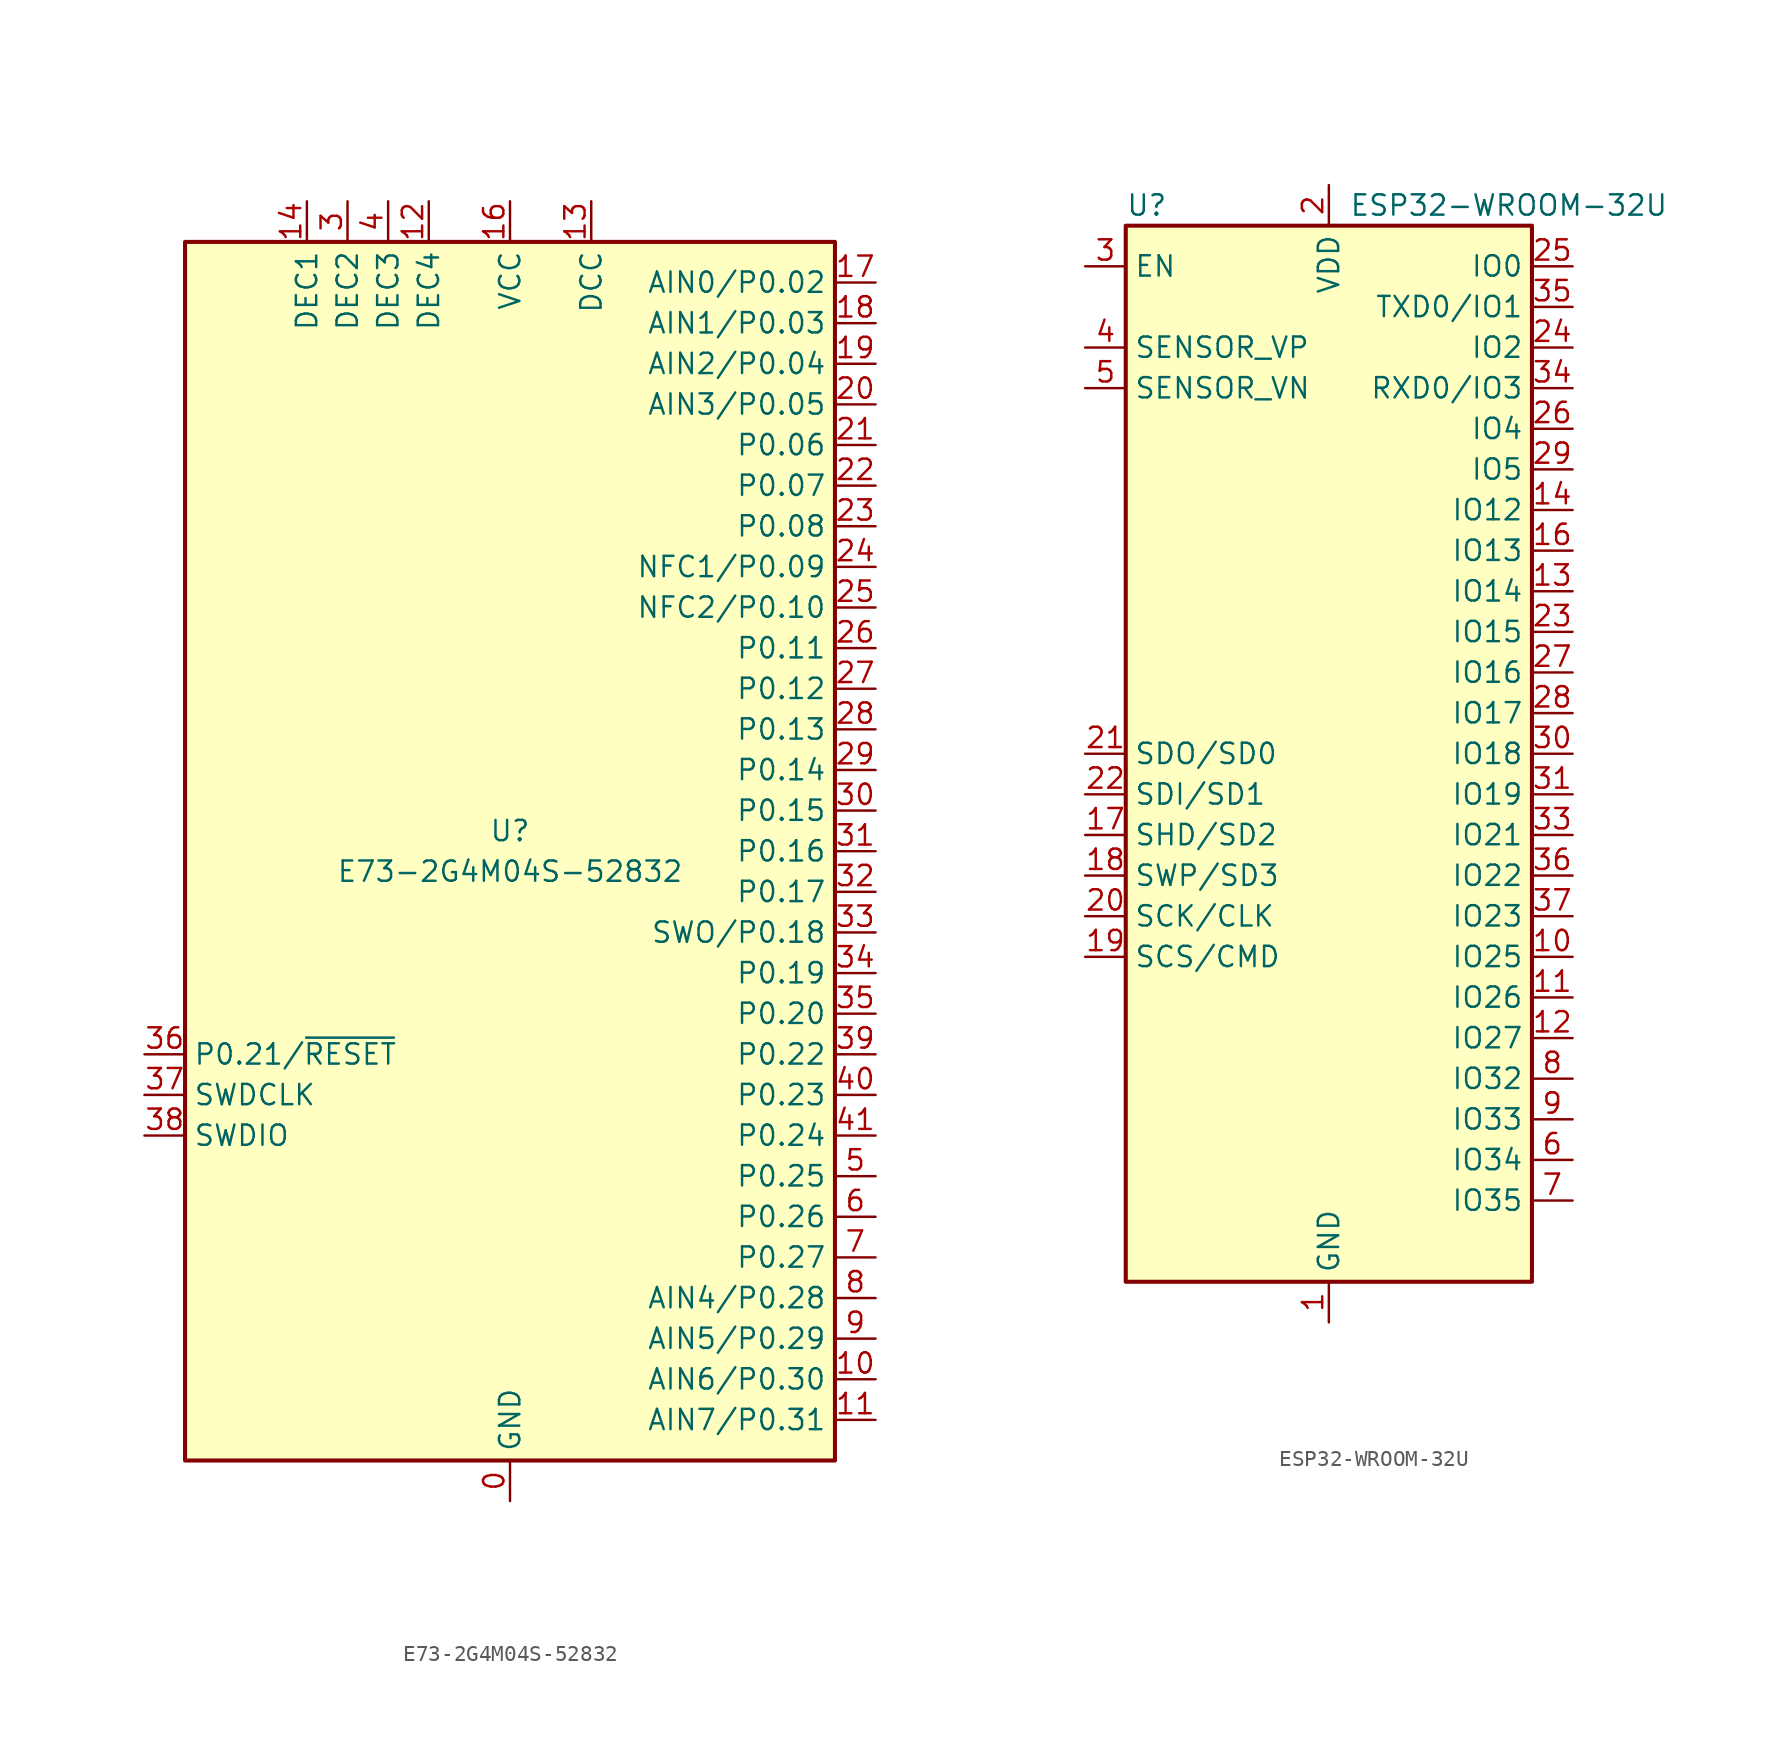
<source format=kicad_sym>
(kicad_symbol_lib
  (version 20201005)
  (generator kicad_symbol_editor)
  (symbol "E73-2G4M04S-52832"
    (property "Reference" "U"
      (at 0 1.27 0)
      (effects (font (size 1.27 1.27))))
    (property "Value" "E73-2G4M04S-52832"
      (at 0 -1.27 0)
      (effects (font (size 1.27 1.27))))
    (symbol "E73-2G4M04S-52832_0_1"
      (rectangle (start 20.32 38.1) (end -20.32 -38.1) (stroke (width 0.254)) (fill (type background))))
    (symbol "E73-2G4M04S-52832_1_1"
      (pin power_in line (at 0 -40.64 90) (length 2.54) (name "GND" (effects (font (size 1.27 1.27)))) (number "0" (effects (font (size 1.27 1.27)))))
      (pin passive line (at 0 -40.64 90) (length 2.54) hide (name "GND" (effects (font (size 1.27 1.27)))) (number "1" (effects (font (size 1.27 1.27)))))
      (pin bidirectional line (at 22.86 -33.02 180) (length 2.54) (name "AIN6/P0.30" (effects (font (size 1.27 1.27)))) (number "10" (effects (font (size 1.27 1.27)))))
      (pin bidirectional line (at 22.86 -35.56 180) (length 2.54) (name "AIN7/P0.31" (effects (font (size 1.27 1.27)))) (number "11" (effects (font (size 1.27 1.27)))))
      (pin passive line (at -5.08 40.64 270) (length 2.54) (name "DEC4" (effects (font (size 1.27 1.27)))) (number "12" (effects (font (size 1.27 1.27)))))
      (pin power_out line (at 5.08 40.64 270) (length 2.54) (name "DCC" (effects (font (size 1.27 1.27)))) (number "13" (effects (font (size 1.27 1.27)))))
      (pin passive line (at -12.7 40.64 270) (length 2.54) (name "DEC1" (effects (font (size 1.27 1.27)))) (number "14" (effects (font (size 1.27 1.27)))))
      (pin passive line (at 0 -40.64 90) (length 2.54) hide (name "GND" (effects (font (size 1.27 1.27)))) (number "15" (effects (font (size 1.27 1.27)))))
      (pin power_in line (at 0 40.64 270) (length 2.54) (name "VCC" (effects (font (size 1.27 1.27)))) (number "16" (effects (font (size 1.27 1.27)))))
      (pin bidirectional line (at 22.86 35.56 180) (length 2.54) (name "AIN0/P0.02" (effects (font (size 1.27 1.27)))) (number "17" (effects (font (size 1.27 1.27)))))
      (pin bidirectional line (at 22.86 33.02 180) (length 2.54) (name "AIN1/P0.03" (effects (font (size 1.27 1.27)))) (number "18" (effects (font (size 1.27 1.27)))))
      (pin bidirectional line (at 22.86 30.48 180) (length 2.54) (name "AIN2/P0.04" (effects (font (size 1.27 1.27)))) (number "19" (effects (font (size 1.27 1.27)))))
      (pin passive line (at 0 -40.64 90) (length 2.54) hide (name "GND" (effects (font (size 1.27 1.27)))) (number "2" (effects (font (size 1.27 1.27)))))
      (pin bidirectional line (at 22.86 27.94 180) (length 2.54) (name "AIN3/P0.05" (effects (font (size 1.27 1.27)))) (number "20" (effects (font (size 1.27 1.27)))))
      (pin bidirectional line (at 22.86 25.4 180) (length 2.54) (name "P0.06" (effects (font (size 1.27 1.27)))) (number "21" (effects (font (size 1.27 1.27)))))
      (pin bidirectional line (at 22.86 22.86 180) (length 2.54) (name "P0.07" (effects (font (size 1.27 1.27)))) (number "22" (effects (font (size 1.27 1.27)))))
      (pin bidirectional line (at 22.86 20.32 180) (length 2.54) (name "P0.08" (effects (font (size 1.27 1.27)))) (number "23" (effects (font (size 1.27 1.27)))))
      (pin bidirectional line (at 22.86 17.78 180) (length 2.54) (name "NFC1/P0.09" (effects (font (size 1.27 1.27)))) (number "24" (effects (font (size 1.27 1.27)))))
      (pin bidirectional line (at 22.86 15.24 180) (length 2.54) (name "NFC2/P0.10" (effects (font (size 1.27 1.27)))) (number "25" (effects (font (size 1.27 1.27)))))
      (pin bidirectional line (at 22.86 12.7 180) (length 2.54) (name "P0.11" (effects (font (size 1.27 1.27)))) (number "26" (effects (font (size 1.27 1.27)))))
      (pin bidirectional line (at 22.86 10.16 180) (length 2.54) (name "P0.12" (effects (font (size 1.27 1.27)))) (number "27" (effects (font (size 1.27 1.27)))))
      (pin bidirectional line (at 22.86 7.62 180) (length 2.54) (name "P0.13" (effects (font (size 1.27 1.27)))) (number "28" (effects (font (size 1.27 1.27)))))
      (pin bidirectional line (at 22.86 5.08 180) (length 2.54) (name "P0.14" (effects (font (size 1.27 1.27)))) (number "29" (effects (font (size 1.27 1.27)))))
      (pin passive line (at -10.16 40.64 270) (length 2.54) (name "DEC2" (effects (font (size 1.27 1.27)))) (number "3" (effects (font (size 1.27 1.27)))))
      (pin bidirectional line (at 22.86 2.54 180) (length 2.54) (name "P0.15" (effects (font (size 1.27 1.27)))) (number "30" (effects (font (size 1.27 1.27)))))
      (pin bidirectional line (at 22.86 0 180) (length 2.54) (name "P0.16" (effects (font (size 1.27 1.27)))) (number "31" (effects (font (size 1.27 1.27)))))
      (pin bidirectional line (at 22.86 -2.54 180) (length 2.54) (name "P0.17" (effects (font (size 1.27 1.27)))) (number "32" (effects (font (size 1.27 1.27)))))
      (pin bidirectional line (at 22.86 -5.08 180) (length 2.54) (name "SWO/P0.18" (effects (font (size 1.27 1.27)))) (number "33" (effects (font (size 1.27 1.27)))))
      (pin bidirectional line (at 22.86 -7.62 180) (length 2.54) (name "P0.19" (effects (font (size 1.27 1.27)))) (number "34" (effects (font (size 1.27 1.27)))))
      (pin bidirectional line (at 22.86 -10.16 180) (length 2.54) (name "P0.20" (effects (font (size 1.27 1.27)))) (number "35" (effects (font (size 1.27 1.27)))))
      (pin bidirectional line (at -22.86 -12.7 0) (length 2.54) (name "P0.21/~RESET" (effects (font (size 1.27 1.27)))) (number "36" (effects (font (size 1.27 1.27)))))
      (pin input line (at -22.86 -15.24 0) (length 2.54) (name "SWDCLK" (effects (font (size 1.27 1.27)))) (number "37" (effects (font (size 1.27 1.27)))))
      (pin bidirectional line (at -22.86 -17.78 0) (length 2.54) (name "SWDIO" (effects (font (size 1.27 1.27)))) (number "38" (effects (font (size 1.27 1.27)))))
      (pin bidirectional line (at 22.86 -12.7 180) (length 2.54) (name "P0.22" (effects (font (size 1.27 1.27)))) (number "39" (effects (font (size 1.27 1.27)))))
      (pin passive line (at -7.62 40.64 270) (length 2.54) (name "DEC3" (effects (font (size 1.27 1.27)))) (number "4" (effects (font (size 1.27 1.27)))))
      (pin bidirectional line (at 22.86 -15.24 180) (length 2.54) (name "P0.23" (effects (font (size 1.27 1.27)))) (number "40" (effects (font (size 1.27 1.27)))))
      (pin bidirectional line (at 22.86 -17.78 180) (length 2.54) (name "P0.24" (effects (font (size 1.27 1.27)))) (number "41" (effects (font (size 1.27 1.27)))))
      (pin passive line (at 0 -40.64 90) (length 2.54) hide (name "GND" (effects (font (size 1.27 1.27)))) (number "42" (effects (font (size 1.27 1.27)))))
      (pin passive line (at 0 -40.64 90) (length 2.54) hide (name "GND" (effects (font (size 1.27 1.27)))) (number "43" (effects (font (size 1.27 1.27)))))
      (pin bidirectional line (at 22.86 -20.32 180) (length 2.54) (name "P0.25" (effects (font (size 1.27 1.27)))) (number "5" (effects (font (size 1.27 1.27)))))
      (pin bidirectional line (at 22.86 -22.86 180) (length 2.54) (name "P0.26" (effects (font (size 1.27 1.27)))) (number "6" (effects (font (size 1.27 1.27)))))
      (pin bidirectional line (at 22.86 -25.4 180) (length 2.54) (name "P0.27" (effects (font (size 1.27 1.27)))) (number "7" (effects (font (size 1.27 1.27)))))
      (pin bidirectional line (at 22.86 -27.94 180) (length 2.54) (name "AIN4/P0.28" (effects (font (size 1.27 1.27)))) (number "8" (effects (font (size 1.27 1.27)))))
      (pin bidirectional line (at 22.86 -30.48 180) (length 2.54) (name "AIN5/P0.29" (effects (font (size 1.27 1.27)))) (number "9" (effects (font (size 1.27 1.27)))))))
  (symbol "ESP32-WROOM-32U"
    (property "Reference" "U"
      (at -12.7 34.29 0)
      (effects (font (size 1.27 1.27)) (justify left)))
    (property "Value" "ESP32-WROOM-32U"
      (at 1.27 34.29 0)
      (effects (font (size 1.27 1.27)) (justify left)))
    (symbol "ESP32-WROOM-32U_0_1"
      (rectangle (start -12.7 33.02) (end 12.7 -33.02) (stroke (width 0.254)) (fill (type background))))
    (symbol "ESP32-WROOM-32U_1_1"
      (pin power_in line (at 0 -35.56 90) (length 2.54) (name "GND" (effects (font (size 1.27 1.27)))) (number "1" (effects (font (size 1.27 1.27)))))
      (pin bidirectional line (at 15.24 -12.7 180) (length 2.54) (name "IO25" (effects (font (size 1.27 1.27)))) (number "10" (effects (font (size 1.27 1.27)))))
      (pin bidirectional line (at 15.24 -15.24 180) (length 2.54) (name "IO26" (effects (font (size 1.27 1.27)))) (number "11" (effects (font (size 1.27 1.27)))))
      (pin bidirectional line (at 15.24 -17.78 180) (length 2.54) (name "IO27" (effects (font (size 1.27 1.27)))) (number "12" (effects (font (size 1.27 1.27)))))
      (pin bidirectional line (at 15.24 10.16 180) (length 2.54) (name "IO14" (effects (font (size 1.27 1.27)))) (number "13" (effects (font (size 1.27 1.27)))))
      (pin bidirectional line (at 15.24 15.24 180) (length 2.54) (name "IO12" (effects (font (size 1.27 1.27)))) (number "14" (effects (font (size 1.27 1.27)))))
      (pin passive line (at 0 -35.56 90) (length 2.54) hide (name "GND" (effects (font (size 1.27 1.27)))) (number "15" (effects (font (size 1.27 1.27)))))
      (pin bidirectional line (at 15.24 12.7 180) (length 2.54) (name "IO13" (effects (font (size 1.27 1.27)))) (number "16" (effects (font (size 1.27 1.27)))))
      (pin bidirectional line (at -15.24 -5.08 0) (length 2.54) (name "SHD/SD2" (effects (font (size 1.27 1.27)))) (number "17" (effects (font (size 1.27 1.27)))))
      (pin bidirectional line (at -15.24 -7.62 0) (length 2.54) (name "SWP/SD3" (effects (font (size 1.27 1.27)))) (number "18" (effects (font (size 1.27 1.27)))))
      (pin bidirectional line (at -15.24 -12.7 0) (length 2.54) (name "SCS/CMD" (effects (font (size 1.27 1.27)))) (number "19" (effects (font (size 1.27 1.27)))))
      (pin power_in line (at 0 35.56 270) (length 2.54) (name "VDD" (effects (font (size 1.27 1.27)))) (number "2" (effects (font (size 1.27 1.27)))))
      (pin bidirectional line (at -15.24 -10.16 0) (length 2.54) (name "SCK/CLK" (effects (font (size 1.27 1.27)))) (number "20" (effects (font (size 1.27 1.27)))))
      (pin bidirectional line (at -15.24 0 0) (length 2.54) (name "SDO/SD0" (effects (font (size 1.27 1.27)))) (number "21" (effects (font (size 1.27 1.27)))))
      (pin bidirectional line (at -15.24 -2.54 0) (length 2.54) (name "SDI/SD1" (effects (font (size 1.27 1.27)))) (number "22" (effects (font (size 1.27 1.27)))))
      (pin bidirectional line (at 15.24 7.62 180) (length 2.54) (name "IO15" (effects (font (size 1.27 1.27)))) (number "23" (effects (font (size 1.27 1.27)))))
      (pin bidirectional line (at 15.24 25.4 180) (length 2.54) (name "IO2" (effects (font (size 1.27 1.27)))) (number "24" (effects (font (size 1.27 1.27)))))
      (pin bidirectional line (at 15.24 30.48 180) (length 2.54) (name "IO0" (effects (font (size 1.27 1.27)))) (number "25" (effects (font (size 1.27 1.27)))))
      (pin bidirectional line (at 15.24 20.32 180) (length 2.54) (name "IO4" (effects (font (size 1.27 1.27)))) (number "26" (effects (font (size 1.27 1.27)))))
      (pin bidirectional line (at 15.24 5.08 180) (length 2.54) (name "IO16" (effects (font (size 1.27 1.27)))) (number "27" (effects (font (size 1.27 1.27)))))
      (pin bidirectional line (at 15.24 2.54 180) (length 2.54) (name "IO17" (effects (font (size 1.27 1.27)))) (number "28" (effects (font (size 1.27 1.27)))))
      (pin bidirectional line (at 15.24 17.78 180) (length 2.54) (name "IO5" (effects (font (size 1.27 1.27)))) (number "29" (effects (font (size 1.27 1.27)))))
      (pin input line (at -15.24 30.48 0) (length 2.54) (name "EN" (effects (font (size 1.27 1.27)))) (number "3" (effects (font (size 1.27 1.27)))))
      (pin bidirectional line (at 15.24 0 180) (length 2.54) (name "IO18" (effects (font (size 1.27 1.27)))) (number "30" (effects (font (size 1.27 1.27)))))
      (pin bidirectional line (at 15.24 -2.54 180) (length 2.54) (name "IO19" (effects (font (size 1.27 1.27)))) (number "31" (effects (font (size 1.27 1.27)))))
      (pin no_connect line (at -12.7 -27.94 0) (length 2.54) hide (name "NC" (effects (font (size 1.27 1.27)))) (number "32" (effects (font (size 1.27 1.27)))))
      (pin bidirectional line (at 15.24 -5.08 180) (length 2.54) (name "IO21" (effects (font (size 1.27 1.27)))) (number "33" (effects (font (size 1.27 1.27)))))
      (pin bidirectional line (at 15.24 22.86 180) (length 2.54) (name "RXD0/IO3" (effects (font (size 1.27 1.27)))) (number "34" (effects (font (size 1.27 1.27)))))
      (pin bidirectional line (at 15.24 27.94 180) (length 2.54) (name "TXD0/IO1" (effects (font (size 1.27 1.27)))) (number "35" (effects (font (size 1.27 1.27)))))
      (pin bidirectional line (at 15.24 -7.62 180) (length 2.54) (name "IO22" (effects (font (size 1.27 1.27)))) (number "36" (effects (font (size 1.27 1.27)))))
      (pin bidirectional line (at 15.24 -10.16 180) (length 2.54) (name "IO23" (effects (font (size 1.27 1.27)))) (number "37" (effects (font (size 1.27 1.27)))))
      (pin passive line (at 0 -35.56 90) (length 2.54) hide (name "GND" (effects (font (size 1.27 1.27)))) (number "38" (effects (font (size 1.27 1.27)))))
      (pin input line (at -15.24 25.4 0) (length 2.54) (name "SENSOR_VP" (effects (font (size 1.27 1.27)))) (number "4" (effects (font (size 1.27 1.27)))))
      (pin input line (at -15.24 22.86 0) (length 2.54) (name "SENSOR_VN" (effects (font (size 1.27 1.27)))) (number "5" (effects (font (size 1.27 1.27)))))
      (pin input line (at 15.24 -25.4 180) (length 2.54) (name "IO34" (effects (font (size 1.27 1.27)))) (number "6" (effects (font (size 1.27 1.27)))))
      (pin input line (at 15.24 -27.94 180) (length 2.54) (name "IO35" (effects (font (size 1.27 1.27)))) (number "7" (effects (font (size 1.27 1.27)))))
      (pin bidirectional line (at 15.24 -20.32 180) (length 2.54) (name "IO32" (effects (font (size 1.27 1.27)))) (number "8" (effects (font (size 1.27 1.27)))))
      (pin bidirectional line (at 15.24 -22.86 180) (length 2.54) (name "IO33" (effects (font (size 1.27 1.27)))) (number "9" (effects (font (size 1.27 1.27))))))))
</source>
